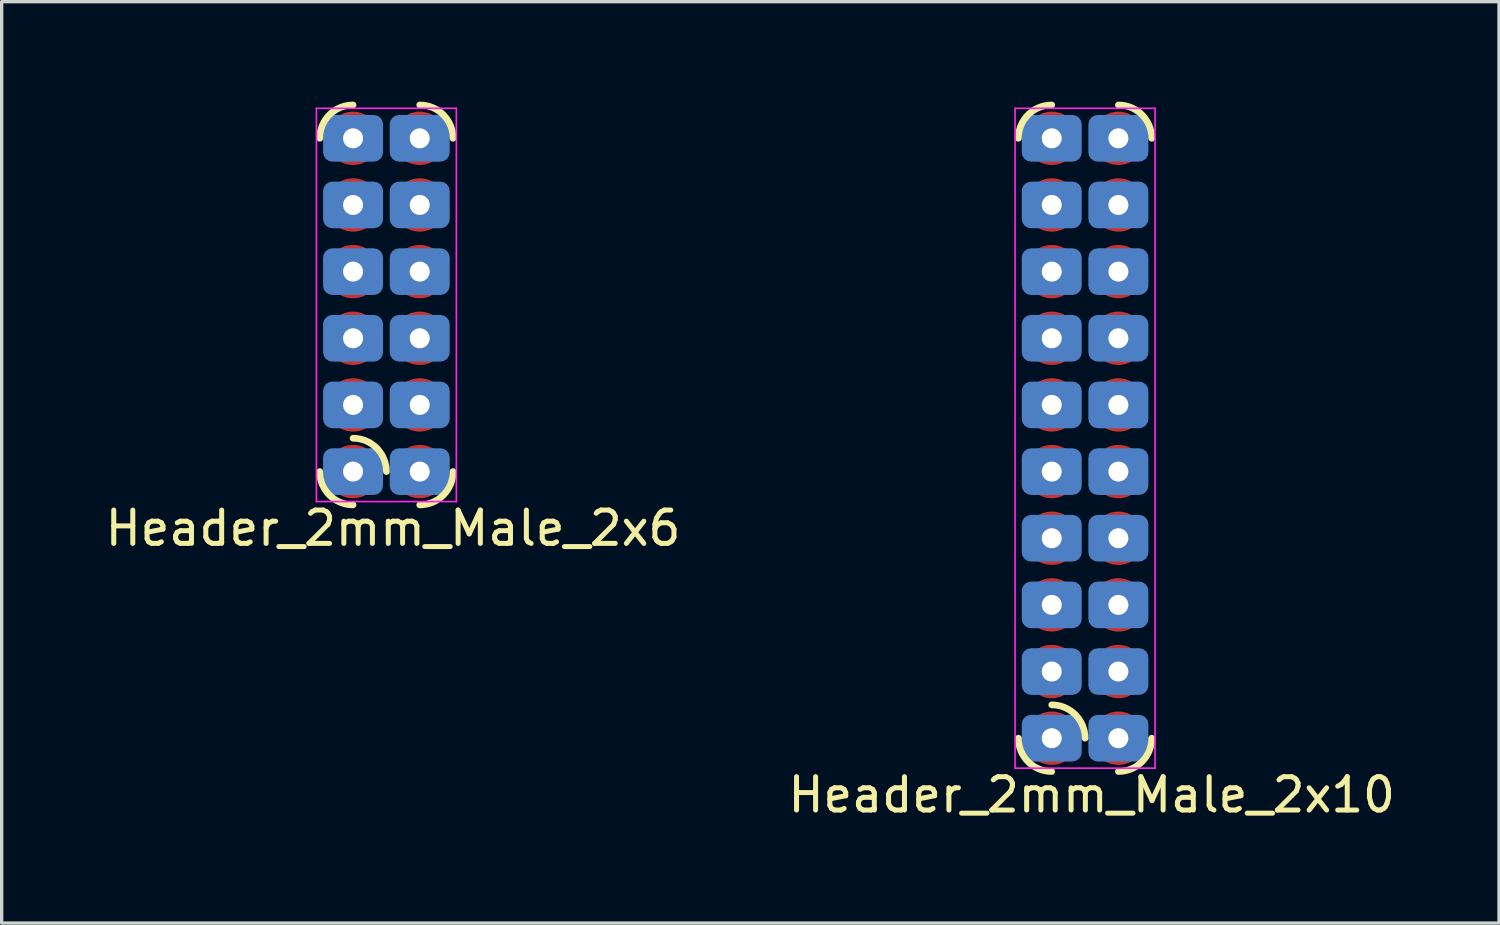
<source format=kicad_pcb>
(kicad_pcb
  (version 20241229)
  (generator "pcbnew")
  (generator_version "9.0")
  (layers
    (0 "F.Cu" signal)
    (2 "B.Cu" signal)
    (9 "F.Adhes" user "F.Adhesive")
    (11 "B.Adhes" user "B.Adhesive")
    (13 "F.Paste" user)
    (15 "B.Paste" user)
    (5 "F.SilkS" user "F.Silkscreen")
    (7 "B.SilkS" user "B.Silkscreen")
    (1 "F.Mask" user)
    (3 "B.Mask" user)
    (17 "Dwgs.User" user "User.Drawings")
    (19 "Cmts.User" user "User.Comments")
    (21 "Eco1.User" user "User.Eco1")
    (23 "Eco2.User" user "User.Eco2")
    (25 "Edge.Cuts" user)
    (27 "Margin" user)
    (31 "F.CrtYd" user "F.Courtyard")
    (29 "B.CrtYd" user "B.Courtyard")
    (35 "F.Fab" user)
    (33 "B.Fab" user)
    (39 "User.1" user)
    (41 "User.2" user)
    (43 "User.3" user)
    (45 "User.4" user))
  (footprint "Header_2mm_Male_2x10"
    (layer "F.Cu")
    (at 28.508 19.1)
    (property "Reference" "Header_2mm_Male_2x10" (at 1.2 1.7 180) (layer "F.SilkS") (effects (font (size 1 1) (thickness 0.15))))
    (attr through_hole)
    (fp_arc (start -1.000001 -18.000002) (mid -0.707107 -18.707108) (end -0.000001 -19.000001) (stroke (width 0.2) (type solid)) (layer "F.SilkS"))
    (fp_arc (start -0.000001 1) (mid -0.707107 0.707106) (end -1 0) (stroke (width 0.2) (type solid)) (layer "F.SilkS"))
    (fp_arc (start 0.000001 -1) (mid 0.707107 -0.707106) (end 1 0) (stroke (width 0.2) (type solid)) (layer "F.SilkS"))
    (fp_arc (start 2 -19.000001) (mid 2.707106 -18.707107) (end 2.999999 -18.000001) (stroke (width 0.2) (type solid)) (layer "F.SilkS"))
    (fp_arc (start 3 0.000001) (mid 2.707106 0.707107) (end 2 1) (stroke (width 0.2) (type solid)) (layer "F.SilkS"))
    (fp_line (start -1.1 -18.9) (end -1.1 0.9) (stroke (width 0.05) (type default)) (layer "F.CrtYd"))
    (fp_line (start 3.1 -18.9) (end -1.1 -18.9) (stroke (width 0.05) (type default)) (layer "F.CrtYd"))
    (fp_line (start 3.1 0.9) (end -1.1 0.9) (stroke (width 0.05) (type default)) (layer "F.CrtYd"))
    (fp_line (start 3.1 0.9) (end 3.1 -18.9) (stroke (width 0.05) (type default)) (layer "F.CrtYd"))
    (pad "1" thru_hole circle (at 0 0 90) (size 1 1) (drill 0.6) (layers "*.Cu" "*.Mask"))
    (pad "1" smd roundrect (at 0 0 270) (size 1.4 1.8) (layers "B.Cu" "B.Mask" "B.Paste") (roundrect_rratio 0.2))
    (pad "1" smd circle (at 0 0 90) (size 1.6 1.6) (layers "F.Cu" "F.Mask" "F.Paste"))
    (pad "2" thru_hole circle (at 2 0 90) (size 1 1) (drill 0.6) (layers "*.Cu" "*.Mask"))
    (pad "2" smd roundrect (at 2 0 270) (size 1.4 1.8) (layers "B.Cu" "B.Mask" "B.Paste") (roundrect_rratio 0.2))
    (pad "2" smd circle (at 2 0 90) (size 1.6 1.6) (layers "F.Cu" "F.Mask" "F.Paste"))
    (pad "3" thru_hole circle (at 0 -2 90) (size 1 1) (drill 0.6) (layers "*.Cu" "*.Mask"))
    (pad "3" smd roundrect (at 0 -2 270) (size 1.4 1.8) (layers "B.Cu" "B.Mask" "B.Paste") (roundrect_rratio 0.2))
    (pad "3" smd circle (at 0 -2 90) (size 1.6 1.6) (layers "F.Cu" "F.Mask" "F.Paste"))
    (pad "4" thru_hole circle (at 2 -2 90) (size 1 1) (drill 0.6) (layers "*.Cu" "*.Mask"))
    (pad "4" smd roundrect (at 2 -2 270) (size 1.4 1.8) (layers "B.Cu" "B.Mask" "B.Paste") (roundrect_rratio 0.2))
    (pad "4" smd circle (at 2 -2 90) (size 1.6 1.6) (layers "F.Cu" "F.Mask" "F.Paste"))
    (pad "5" thru_hole circle (at 0 -4 90) (size 1 1) (drill 0.6) (layers "*.Cu" "*.Mask"))
    (pad "5" smd roundrect (at 0 -4 270) (size 1.4 1.8) (layers "B.Cu" "B.Mask" "B.Paste") (roundrect_rratio 0.2))
    (pad "5" smd circle (at 0 -4 90) (size 1.6 1.6) (layers "F.Cu" "F.Mask" "F.Paste"))
    (pad "6" thru_hole circle (at 2 -4 90) (size 1 1) (drill 0.6) (layers "*.Cu" "*.Mask"))
    (pad "6" smd roundrect (at 2 -4 270) (size 1.4 1.8) (layers "B.Cu" "B.Mask" "B.Paste") (roundrect_rratio 0.2))
    (pad "6" smd circle (at 2 -4 90) (size 1.6 1.6) (layers "F.Cu" "F.Mask" "F.Paste"))
    (pad "7" thru_hole circle (at 0 -6 90) (size 1 1) (drill 0.6) (layers "*.Cu" "*.Mask"))
    (pad "7" smd roundrect (at 0 -6 270) (size 1.4 1.8) (layers "B.Cu" "B.Mask" "B.Paste") (roundrect_rratio 0.2))
    (pad "7" smd circle (at 0 -6 90) (size 1.6 1.6) (layers "F.Cu" "F.Mask" "F.Paste"))
    (pad "8" thru_hole circle (at 2 -6 90) (size 1 1) (drill 0.6) (layers "*.Cu" "*.Mask"))
    (pad "8" smd roundrect (at 2 -6 270) (size 1.4 1.8) (layers "B.Cu" "B.Mask" "B.Paste") (roundrect_rratio 0.2))
    (pad "8" smd circle (at 2 -6 90) (size 1.6 1.6) (layers "F.Cu" "F.Mask" "F.Paste"))
    (pad "9" thru_hole circle (at 0 -8 90) (size 1 1) (drill 0.6) (layers "*.Cu" "*.Mask"))
    (pad "9" smd roundrect (at 0 -8 270) (size 1.4 1.8) (layers "B.Cu" "B.Mask" "B.Paste") (roundrect_rratio 0.2))
    (pad "9" smd circle (at 0 -8 90) (size 1.6 1.6) (layers "F.Cu" "F.Mask" "F.Paste"))
    (pad "10" thru_hole circle (at 2 -8 90) (size 1 1) (drill 0.6) (layers "*.Cu" "*.Mask"))
    (pad "10" smd roundrect (at 2 -8 270) (size 1.4 1.8) (layers "B.Cu" "B.Mask" "B.Paste") (roundrect_rratio 0.2))
    (pad "10" smd circle (at 2 -8 90) (size 1.6 1.6) (layers "F.Cu" "F.Mask" "F.Paste"))
    (pad "11" thru_hole circle (at 0 -10 90) (size 1 1) (drill 0.6) (layers "*.Cu" "*.Mask"))
    (pad "11" smd roundrect (at 0 -10 270) (size 1.4 1.8) (layers "B.Cu" "B.Mask" "B.Paste") (roundrect_rratio 0.2))
    (pad "11" smd circle (at 0 -10 90) (size 1.6 1.6) (layers "F.Cu" "F.Mask" "F.Paste"))
    (pad "12" thru_hole circle (at 2 -10 90) (size 1 1) (drill 0.6) (layers "*.Cu" "*.Mask"))
    (pad "12" smd roundrect (at 2 -10 270) (size 1.4 1.8) (layers "B.Cu" "B.Mask" "B.Paste") (roundrect_rratio 0.2))
    (pad "12" smd circle (at 2 -10 90) (size 1.6 1.6) (layers "F.Cu" "F.Mask" "F.Paste"))
    (pad "13" thru_hole circle (at 0 -12 90) (size 1 1) (drill 0.6) (layers "*.Cu" "*.Mask"))
    (pad "13" smd roundrect (at 0 -12 270) (size 1.4 1.8) (layers "B.Cu" "B.Mask" "B.Paste") (roundrect_rratio 0.2))
    (pad "13" smd circle (at 0 -12 90) (size 1.6 1.6) (layers "F.Cu" "F.Mask" "F.Paste"))
    (pad "14" thru_hole circle (at 2 -12 90) (size 1 1) (drill 0.6) (layers "*.Cu" "*.Mask"))
    (pad "14" smd roundrect (at 2 -12 270) (size 1.4 1.8) (layers "B.Cu" "B.Mask" "B.Paste") (roundrect_rratio 0.2))
    (pad "14" smd circle (at 2 -12 90) (size 1.6 1.6) (layers "F.Cu" "F.Mask" "F.Paste"))
    (pad "15" thru_hole circle (at 0 -14 90) (size 1 1) (drill 0.6) (layers "*.Cu" "*.Mask"))
    (pad "15" smd roundrect (at 0 -14 270) (size 1.4 1.8) (layers "B.Cu" "B.Mask" "B.Paste") (roundrect_rratio 0.2))
    (pad "15" smd circle (at 0 -14 90) (size 1.6 1.6) (layers "F.Cu" "F.Mask" "F.Paste"))
    (pad "16" thru_hole circle (at 2 -14 90) (size 1 1) (drill 0.6) (layers "*.Cu" "*.Mask"))
    (pad "16" smd roundrect (at 2 -14 270) (size 1.4 1.8) (layers "B.Cu" "B.Mask" "B.Paste") (roundrect_rratio 0.2))
    (pad "16" smd circle (at 2 -14 90) (size 1.6 1.6) (layers "F.Cu" "F.Mask" "F.Paste"))
    (pad "17" thru_hole circle (at 0 -16 90) (size 1 1) (drill 0.6) (layers "*.Cu" "*.Mask"))
    (pad "17" smd roundrect (at 0 -16 270) (size 1.4 1.8) (layers "B.Cu" "B.Mask" "B.Paste") (roundrect_rratio 0.2))
    (pad "17" smd circle (at 0 -16 90) (size 1.6 1.6) (layers "F.Cu" "F.Mask" "F.Paste"))
    (pad "18" thru_hole circle (at 2 -16 90) (size 1 1) (drill 0.6) (layers "*.Cu" "*.Mask"))
    (pad "18" smd roundrect (at 2 -16 270) (size 1.4 1.8) (layers "B.Cu" "B.Mask" "B.Paste") (roundrect_rratio 0.2))
    (pad "18" smd circle (at 2 -16 90) (size 1.6 1.6) (layers "F.Cu" "F.Mask" "F.Paste"))
    (pad "19" thru_hole circle (at 0 -18 90) (size 1 1) (drill 0.6) (layers "*.Cu" "*.Mask"))
    (pad "19" smd roundrect (at 0 -18 270) (size 1.4 1.8) (layers "B.Cu" "B.Mask" "B.Paste") (roundrect_rratio 0.2))
    (pad "19" smd circle (at 0 -18 90) (size 1.6 1.6) (layers "F.Cu" "F.Mask" "F.Paste"))
    (pad "20" thru_hole circle (at 2 -18 90) (size 1 1) (drill 0.6) (layers "*.Cu" "*.Mask"))
    (pad "20" smd roundrect (at 2 -18 270) (size 1.4 1.8) (layers "B.Cu" "B.Mask" "B.Paste") (roundrect_rratio 0.2))
    (pad "20" smd circle (at 2 -18 90) (size 1.6 1.6) (layers "F.Cu" "F.Mask" "F.Paste")))
  (footprint "Header_2mm_Male_2x6"
    (layer "F.Cu")
    (at 7.544 11.1)
    (property "Reference" "Header_2mm_Male_2x6" (at 1.2 1.7 180) (layer "F.SilkS") (effects (font (size 1 1) (thickness 0.15))))
    (attr smd)
    (fp_arc (start -1 -10.000001) (mid -0.707106 -10.707107) (end 0 -11) (stroke (width 0.2) (type solid)) (layer "F.SilkS"))
    (fp_arc (start -0.000001 1) (mid -0.707107 0.707106) (end -1 0) (stroke (width 0.2) (type solid)) (layer "F.SilkS"))
    (fp_arc (start 0.000001 -1) (mid 0.707107 -0.707106) (end 1 0) (stroke (width 0.2) (type solid)) (layer "F.SilkS"))
    (fp_arc (start 2.000001 -11) (mid 2.707107 -10.707106) (end 3 -10) (stroke (width 0.2) (type solid)) (layer "F.SilkS"))
    (fp_arc (start 3 0.000001) (mid 2.707106 0.707107) (end 2 1) (stroke (width 0.2) (type solid)) (layer "F.SilkS"))
    (fp_line (start -1.1 -10.9) (end -1.1 0.9) (stroke (width 0.05) (type default)) (layer "F.CrtYd"))
    (fp_line (start 3.1 -10.9) (end -1.1 -10.9) (stroke (width 0.05) (type default)) (layer "F.CrtYd"))
    (fp_line (start 3.1 0.9) (end -1.1 0.9) (stroke (width 0.05) (type default)) (layer "F.CrtYd"))
    (fp_line (start 3.1 0.9) (end 3.1 -10.9) (stroke (width 0.05) (type default)) (layer "F.CrtYd"))
    (pad "1" thru_hole circle (at 0 0 90) (size 1 1) (drill 0.6) (layers "*.Cu" "*.Mask"))
    (pad "1" smd roundrect (at 0 0 270) (size 1.4 1.8) (layers "B.Cu" "B.Mask" "B.Paste") (roundrect_rratio 0.2))
    (pad "1" smd circle (at 0 0 90) (size 1.6 1.6) (layers "F.Cu" "F.Mask" "F.Paste"))
    (pad "2" thru_hole circle (at 2 0 90) (size 1 1) (drill 0.6) (layers "*.Cu" "*.Mask"))
    (pad "2" smd roundrect (at 2 0 270) (size 1.4 1.8) (layers "B.Cu" "B.Mask" "B.Paste") (roundrect_rratio 0.2))
    (pad "2" smd circle (at 2 0 90) (size 1.6 1.6) (layers "F.Cu" "F.Mask" "F.Paste"))
    (pad "3" thru_hole circle (at 0 -2 90) (size 1 1) (drill 0.6) (layers "*.Cu" "*.Mask"))
    (pad "3" smd roundrect (at 0 -2 270) (size 1.4 1.8) (layers "B.Cu" "B.Mask" "B.Paste") (roundrect_rratio 0.2))
    (pad "3" smd circle (at 0 -2 90) (size 1.6 1.6) (layers "F.Cu" "F.Mask" "F.Paste"))
    (pad "4" thru_hole circle (at 2 -2 90) (size 1 1) (drill 0.6) (layers "*.Cu" "*.Mask"))
    (pad "4" smd roundrect (at 2 -2 270) (size 1.4 1.8) (layers "B.Cu" "B.Mask" "B.Paste") (roundrect_rratio 0.2))
    (pad "4" smd circle (at 2 -2 90) (size 1.6 1.6) (layers "F.Cu" "F.Mask" "F.Paste"))
    (pad "5" thru_hole circle (at 0 -4 90) (size 1 1) (drill 0.6) (layers "*.Cu" "*.Mask"))
    (pad "5" smd roundrect (at 0 -4 270) (size 1.4 1.8) (layers "B.Cu" "B.Mask" "B.Paste") (roundrect_rratio 0.2))
    (pad "5" smd circle (at 0 -4 90) (size 1.6 1.6) (layers "F.Cu" "F.Mask" "F.Paste"))
    (pad "6" thru_hole circle (at 2 -4 90) (size 1 1) (drill 0.6) (layers "*.Cu" "*.Mask"))
    (pad "6" smd roundrect (at 2 -4 270) (size 1.4 1.8) (layers "B.Cu" "B.Mask" "B.Paste") (roundrect_rratio 0.2))
    (pad "6" smd circle (at 2 -4 90) (size 1.6 1.6) (layers "F.Cu" "F.Mask" "F.Paste"))
    (pad "7" thru_hole circle (at 0 -6 90) (size 1 1) (drill 0.6) (layers "*.Cu" "*.Mask"))
    (pad "7" smd roundrect (at 0 -6 270) (size 1.4 1.8) (layers "B.Cu" "B.Mask" "B.Paste") (roundrect_rratio 0.2))
    (pad "7" smd circle (at 0 -6 90) (size 1.6 1.6) (layers "F.Cu" "F.Mask" "F.Paste"))
    (pad "8" thru_hole circle (at 2 -6 90) (size 1 1) (drill 0.6) (layers "*.Cu" "*.Mask"))
    (pad "8" smd roundrect (at 2 -6 270) (size 1.4 1.8) (layers "B.Cu" "B.Mask" "B.Paste") (roundrect_rratio 0.2))
    (pad "8" smd circle (at 2 -6 90) (size 1.6 1.6) (layers "F.Cu" "F.Mask" "F.Paste"))
    (pad "9" thru_hole circle (at 0 -8 90) (size 1 1) (drill 0.6) (layers "*.Cu" "*.Mask"))
    (pad "9" smd roundrect (at 0 -8 270) (size 1.4 1.8) (layers "B.Cu" "B.Mask" "B.Paste") (roundrect_rratio 0.2))
    (pad "9" smd circle (at 0 -8 90) (size 1.6 1.6) (layers "F.Cu" "F.Mask" "F.Paste"))
    (pad "10" thru_hole circle (at 2 -8 90) (size 1 1) (drill 0.6) (layers "*.Cu" "*.Mask"))
    (pad "10" smd roundrect (at 2 -8 270) (size 1.4 1.8) (layers "B.Cu" "B.Mask" "B.Paste") (roundrect_rratio 0.2))
    (pad "10" smd circle (at 2 -8 90) (size 1.6 1.6) (layers "F.Cu" "F.Mask" "F.Paste"))
    (pad "11" thru_hole circle (at 0 -10 90) (size 1 1) (drill 0.6) (layers "*.Cu" "*.Mask"))
    (pad "11" smd roundrect (at 0 -10 270) (size 1.4 1.8) (layers "B.Cu" "B.Mask" "B.Paste") (roundrect_rratio 0.2))
    (pad "11" smd circle (at 0 -10 90) (size 1.6 1.6) (layers "F.Cu" "F.Mask" "F.Paste"))
    (pad "12" thru_hole circle (at 2 -10 90) (size 1 1) (drill 0.6) (layers "*.Cu" "*.Mask"))
    (pad "12" smd roundrect (at 2 -10 270) (size 1.4 1.8) (layers "B.Cu" "B.Mask" "B.Paste") (roundrect_rratio 0.2))
    (pad "12" smd circle (at 2 -10 90) (size 1.6 1.6) (layers "F.Cu" "F.Mask" "F.Paste")))
  (gr_rect
    (start -3 -3)
    (end 41.929 24.648)
    (stroke (width 0.1) (type default))
    (fill no)
    (layer "Edge.Cuts")))
</source>
